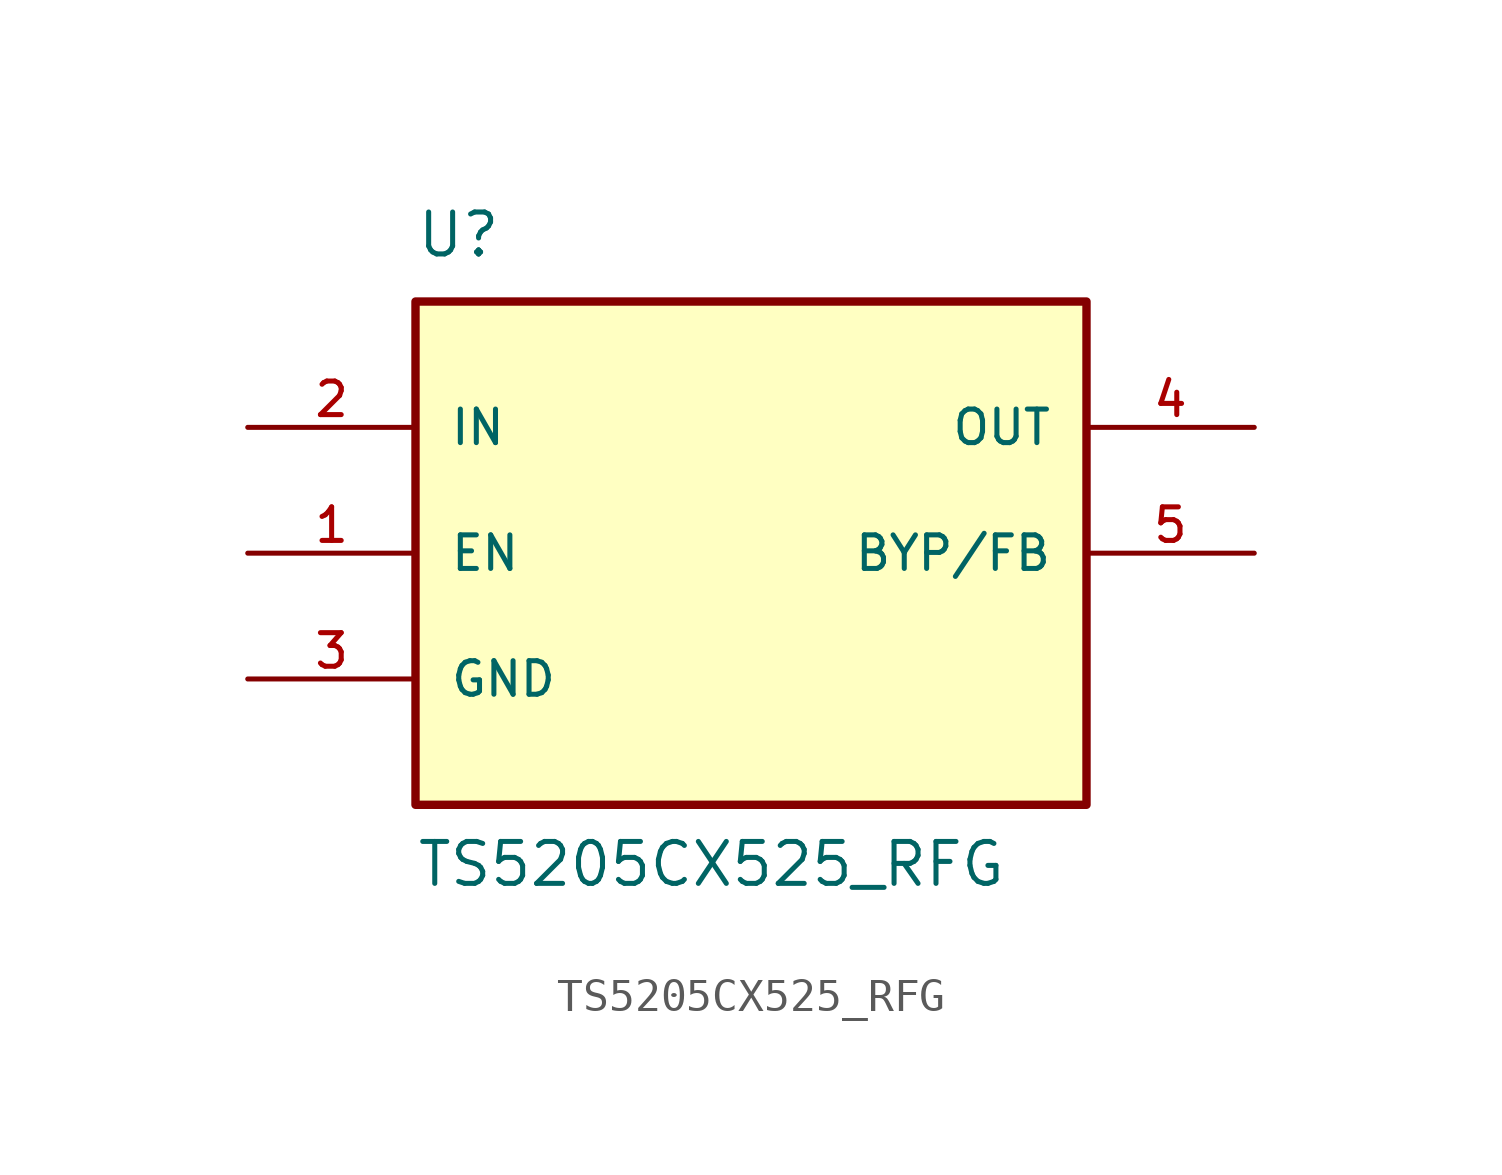
<source format=kicad_sym>
(kicad_symbol_lib
  (version 20231120)
  (generator "kicad_symbol_editor")
  (generator_version "8.0")
  (symbol "TS5205CX525_RFG"
    (pin_names
      (offset 1.016))
    (property "Reference" "U"
      (at -10.164 8.898 0)
      (effects (font (size 1.27 1.27)) (justify left bottom)))
    (property "Value" "TS5205CX525_RFG"
      (at -10.161 -10.163 0)
      (effects (font (size 1.27 1.27)) (justify left bottom)))
    (symbol "TS5205CX525_RFG_0_0"
      (rectangle (start -10.16 7.62) (end 10.16 -7.62) (stroke (width 0.254) (type default)) (fill (type background))))
    (symbol "TS5205CX525_RFG_1_0"
      (pin bidirectional line (at -15.24 0 0) (length 5.08) (name "EN" (effects (font (size 1.016 1.016)))) (number "1" (effects (font (size 1.016 1.016)))))
      (pin bidirectional line (at -15.24 3.81 0) (length 5.08) (name "IN" (effects (font (size 1.016 1.016)))) (number "2" (effects (font (size 1.016 1.016)))))
      (pin bidirectional line (at -15.24 -3.81 0) (length 5.08) (name "GND" (effects (font (size 1.016 1.016)))) (number "3" (effects (font (size 1.016 1.016)))))
      (pin output line (at 15.24 3.81 180) (length 5.08) (name "OUT" (effects (font (size 1.016 1.016)))) (number "4" (effects (font (size 1.016 1.016)))))
      (pin passive line (at 15.24 0 180) (length 5.08) (name "BYP/FB" (effects (font (size 1.016 1.016)))) (number "5" (effects (font (size 1.016 1.016))))))))
</source>
